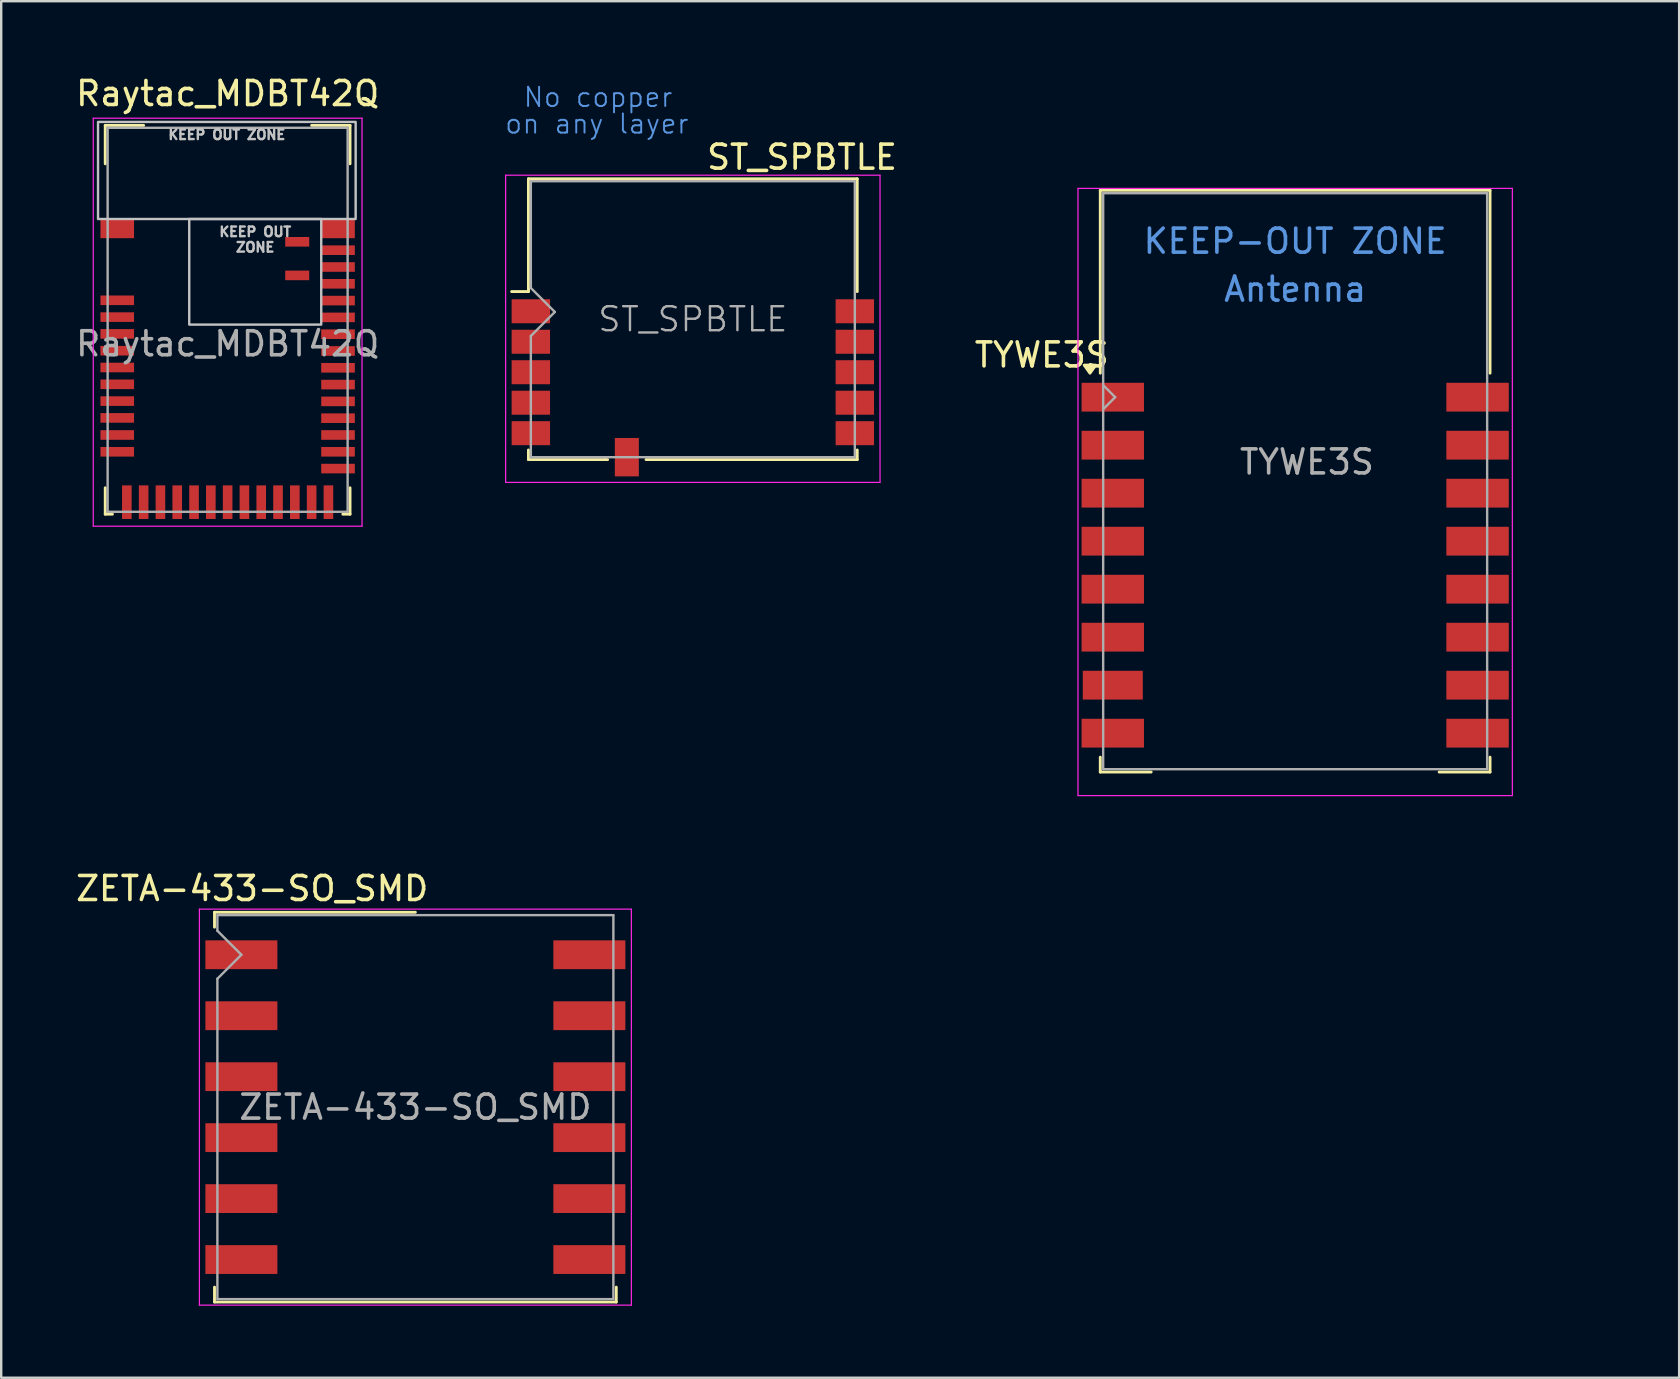
<source format=kicad_pcb>
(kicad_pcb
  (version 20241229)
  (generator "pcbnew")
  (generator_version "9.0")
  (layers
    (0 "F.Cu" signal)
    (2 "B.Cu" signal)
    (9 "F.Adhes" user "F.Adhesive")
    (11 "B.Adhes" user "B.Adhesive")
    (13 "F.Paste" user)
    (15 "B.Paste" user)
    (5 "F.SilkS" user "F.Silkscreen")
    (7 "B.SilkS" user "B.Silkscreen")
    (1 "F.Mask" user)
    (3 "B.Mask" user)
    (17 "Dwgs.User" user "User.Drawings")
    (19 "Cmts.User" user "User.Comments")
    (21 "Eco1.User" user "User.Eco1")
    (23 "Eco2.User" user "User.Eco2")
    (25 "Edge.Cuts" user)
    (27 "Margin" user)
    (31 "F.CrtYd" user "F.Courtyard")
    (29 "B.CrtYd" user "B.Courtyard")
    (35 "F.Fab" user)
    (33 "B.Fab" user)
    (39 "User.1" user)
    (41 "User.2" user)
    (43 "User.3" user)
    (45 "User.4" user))
  (footprint "ST_SPBTLE"
    (layer "F.Cu")
    (at 25.819 13.11)
    (property "Reference" "ST_SPBTLE" (at 4.55 -9.61 0) (layer "F.SilkS") (effects (font (size 1 1) (thickness 0.15))))
    (attr smd)
    (fp_line (start -6.85 -8.71) (end 6.85 -8.71) (stroke (width 0.12) (type solid)) (layer "F.SilkS"))
    (fp_line (start -6.85 -4.11) (end -6.85 -8.71) (stroke (width 0.12) (type solid)) (layer "F.SilkS"))
    (fp_line (start -6.85 -4.11) (end -6.85 -4.01) (stroke (width 0.12) (type solid)) (layer "F.SilkS"))
    (fp_line (start -6.85 -4.01) (end -7.55 -4.01) (stroke (width 0.12) (type solid)) (layer "F.SilkS"))
    (fp_line (start -6.85 2.59) (end -6.85 2.99) (stroke (width 0.12) (type solid)) (layer "F.SilkS"))
    (fp_line (start -6.85 2.99) (end -3.65 2.99) (stroke (width 0.12) (type solid)) (layer "F.SilkS"))
    (fp_line (start -3.65 2.99) (end -3.55 2.99) (stroke (width 0.12) (type solid)) (layer "F.SilkS"))
    (fp_line (start -1.95 2.99) (end 6.85 2.99) (stroke (width 0.12) (type solid)) (layer "F.SilkS"))
    (fp_line (start 6.85 -8.71) (end 6.85 -4.01) (stroke (width 0.12) (type solid)) (layer "F.SilkS"))
    (fp_line (start 6.85 2.99) (end 6.85 2.59) (stroke (width 0.12) (type solid)) (layer "F.SilkS"))
    (fp_line (start -7.8 3.94) (end -7.8 -8.86) (stroke (width 0.05) (type solid)) (layer "F.CrtYd"))
    (fp_line (start -7.8 3.94) (end 7.8 3.94) (stroke (width 0.05) (type solid)) (layer "F.CrtYd"))
    (fp_line (start 7.8 -8.86) (end -7.8 -8.86) (stroke (width 0.05) (type solid)) (layer "F.CrtYd"))
    (fp_line (start 7.8 -8.86) (end 7.8 3.94) (stroke (width 0.05) (type solid)) (layer "F.CrtYd"))
    (fp_line (start -6.75 -8.61) (end -6.75 -4.16) (stroke (width 0.1) (type solid)) (layer "F.Fab"))
    (fp_line (start -6.75 -2.16) (end -6.75 2.89) (stroke (width 0.1) (type solid)) (layer "F.Fab"))
    (fp_line (start -6.75 -2.16) (end -5.75 -3.16) (stroke (width 0.1) (type solid)) (layer "F.Fab"))
    (fp_line (start -6.75 2.89) (end 6.75 2.89) (stroke (width 0.1) (type solid)) (layer "F.Fab"))
    (fp_line (start -5.75 -3.16) (end -6.75 -4.16) (stroke (width 0.1) (type solid)) (layer "F.Fab"))
    (fp_line (start 6.75 -8.61) (end -6.75 -8.61) (stroke (width 0.1) (type solid)) (layer "F.Fab"))
    (fp_line (start 6.75 2.89) (end 6.75 -8.61) (stroke (width 0.1) (type solid)) (layer "F.Fab"))
    (fp_text user "No copper" (at -3.95 -12.11 0) (layer "Cmts.User") (effects (font (size 0.8 0.8) (thickness 0.08))))
    (fp_text user "on any layer" (at -4 -11 0) (layer "Cmts.User") (effects (font (size 0.8 0.8) (thickness 0.08))))
    (fp_text user "${REFERENCE}" (at 0 -2.86 0) (layer "F.Fab") (effects (font (size 1 1) (thickness 0.1))))
    (pad "1" smd rect (at -6.75 -3.19) (size 1.6 1) (layers "F.Cu" "F.Mask" "F.Paste"))
    (pad "2" smd rect (at -6.75 -1.92) (size 1.6 1) (layers "F.Cu" "F.Mask" "F.Paste"))
    (pad "3" smd rect (at -6.75 -0.65) (size 1.6 1) (layers "F.Cu" "F.Mask" "F.Paste"))
    (pad "4" smd rect (at -6.75 0.62) (size 1.6 1) (layers "F.Cu" "F.Mask" "F.Paste"))
    (pad "5" smd rect (at -6.75 1.89) (size 1.6 1) (layers "F.Cu" "F.Mask" "F.Paste"))
    (pad "6" smd rect (at -2.75 2.89 90) (size 1.6 1) (layers "F.Cu" "F.Mask" "F.Paste"))
    (pad "7" smd rect (at 6.75 1.89) (size 1.6 1) (layers "F.Cu" "F.Mask" "F.Paste"))
    (pad "8" smd rect (at 6.75 0.62) (size 1.6 1) (layers "F.Cu" "F.Mask" "F.Paste"))
    (pad "9" smd rect (at 6.75 -0.65) (size 1.6 1) (layers "F.Cu" "F.Mask" "F.Paste"))
    (pad "10" smd rect (at 6.75 -1.92) (size 1.6 1) (layers "F.Cu" "F.Mask" "F.Paste"))
    (pad "11" smd rect (at 6.75 -3.19) (size 1.6 1) (layers "F.Cu" "F.Mask" "F.Paste"))
    (zone (net_name "") (layers "F.Cu" "B.Cu") (hatch full 0.508) (connect_pads) (min_thickness 0.254) (filled_areas_thickness no) (keepout (tracks not_allowed) (vias not_allowed) (pads not_allowed) (copperpour not_allowed) (footprints not_allowed)) (placement (enabled no)) (fill) (polygon (pts (xy 27.869 12) (xy 19.869 12.01) (xy 19.869 9.41) (xy 18.269 9.41) (xy 15.869 9.41) (xy 15.869 0) (xy 27.869 0)))))
  (footprint "ZETA-433-SO_SMD"
    (layer "F.Cu")
    (at 14.258 43.083)
    (property "Reference" "ZETA-433-SO_SMD" (at -6.8 -9.11 0) (layer "F.SilkS") (effects (font (size 1 1) (thickness 0.15))))
    (attr smd)
    (fp_line (start -8.37 -8.12) (end -8.37 -7.5) (stroke (width 0.12) (type solid)) (layer "F.SilkS"))
    (fp_line (start -8.37 -8.12) (end 0 -8.12) (stroke (width 0.12) (type solid)) (layer "F.SilkS"))
    (fp_line (start -8.37 8.12) (end -8.37 7.5) (stroke (width 0.12) (type solid)) (layer "F.SilkS"))
    (fp_line (start 8.37 8.12) (end -8.37 8.12) (stroke (width 0.12) (type solid)) (layer "F.SilkS"))
    (fp_line (start 8.37 8.12) (end 8.37 7.5) (stroke (width 0.12) (type solid)) (layer "F.SilkS"))
    (fp_line (start -9 -8.25) (end 9 -8.25) (stroke (width 0.05) (type solid)) (layer "F.CrtYd"))
    (fp_line (start -9 8.25) (end -9 -8.25) (stroke (width 0.05) (type solid)) (layer "F.CrtYd"))
    (fp_line (start 9 -8.25) (end 9 8.25) (stroke (width 0.05) (type solid)) (layer "F.CrtYd"))
    (fp_line (start 9 8.25) (end -9 8.25) (stroke (width 0.05) (type solid)) (layer "F.CrtYd"))
    (fp_line (start -8.25 -8) (end 8.25 -8) (stroke (width 0.1) (type solid)) (layer "F.Fab"))
    (fp_line (start -8.25 -7.35) (end -8.25 -8) (stroke (width 0.1) (type solid)) (layer "F.Fab"))
    (fp_line (start -8.25 8) (end -8.25 -5.35) (stroke (width 0.1) (type solid)) (layer "F.Fab"))
    (fp_line (start -7.25 -6.35) (end -8.25 -7.35) (stroke (width 0.1) (type solid)) (layer "F.Fab"))
    (fp_line (start -7.25 -6.35) (end -8.25 -5.35) (stroke (width 0.1) (type solid)) (layer "F.Fab"))
    (fp_line (start 8.25 -8) (end 8.25 8) (stroke (width 0.1) (type solid)) (layer "F.Fab"))
    (fp_line (start 8.25 8) (end -8.25 8) (stroke (width 0.1) (type solid)) (layer "F.Fab"))
    (fp_text user "${REFERENCE}" (at 0 0 0) (layer "F.Fab") (effects (font (size 1 1) (thickness 0.15))))
    (pad "1" smd rect (at -7.25 -6.35) (size 3 1.2) (layers "F.Cu" "F.Mask" "F.Paste"))
    (pad "2" smd rect (at -7.25 -3.81) (size 3 1.2) (layers "F.Cu" "F.Mask" "F.Paste"))
    (pad "3" smd rect (at -7.25 -1.27) (size 3 1.2) (layers "F.Cu" "F.Mask" "F.Paste"))
    (pad "4" smd rect (at -7.25 1.27) (size 3 1.2) (layers "F.Cu" "F.Mask" "F.Paste"))
    (pad "5" smd rect (at -7.25 3.81) (size 3 1.2) (layers "F.Cu" "F.Mask" "F.Paste"))
    (pad "6" smd rect (at -7.25 6.35) (size 3 1.2) (layers "F.Cu" "F.Mask" "F.Paste"))
    (pad "7" smd rect (at 7.25 6.35) (size 3 1.2) (layers "F.Cu" "F.Mask" "F.Paste"))
    (pad "8" smd rect (at 7.25 3.81) (size 3 1.2) (layers "F.Cu" "F.Mask" "F.Paste"))
    (pad "9" smd rect (at 7.25 1.27) (size 3 1.2) (layers "F.Cu" "F.Mask" "F.Paste"))
    (pad "10" smd rect (at 7.25 -1.27) (size 3 1.2) (layers "F.Cu" "F.Mask" "F.Paste"))
    (pad "11" smd rect (at 7.25 -3.81) (size 3 1.2) (layers "F.Cu" "F.Mask" "F.Paste"))
    (pad "12" smd rect (at 7.25 -6.35) (size 3 1.2) (layers "F.Cu" "F.Mask" "F.Paste")))
  (footprint "Raytac_MDBT42Q"
    (layer "F.Cu")
    (at 6.435 11.275)
    (property "Reference" "Raytac_MDBT42Q" (at 0 -10.427 0) (layer "F.SilkS") (effects (font (size 1 1) (thickness 0.15))))
    (attr smd)
    (fp_line (start -5.1 -9.1) (end -5.1 -7.5) (stroke (width 0.12) (type solid)) (layer "F.SilkS"))
    (fp_line (start -5.1 -9.1) (end -3.5 -9.1) (stroke (width 0.12) (type solid)) (layer "F.SilkS"))
    (fp_line (start -5.1 7.1) (end -5.1 6) (stroke (width 0.12) (type solid)) (layer "F.SilkS"))
    (fp_line (start -4.8 7.1) (end -5.1 7.1) (stroke (width 0.12) (type solid)) (layer "F.SilkS"))
    (fp_line (start 3.5 -9.1) (end 5.1 -9.1) (stroke (width 0.12) (type solid)) (layer "F.SilkS"))
    (fp_line (start 4.8 7.1) (end 5.1 7.1) (stroke (width 0.12) (type solid)) (layer "F.SilkS"))
    (fp_line (start 5.1 -9.1) (end 5.1 -7.5) (stroke (width 0.12) (type solid)) (layer "F.SilkS"))
    (fp_line (start 5.1 7.1) (end 5.1 6) (stroke (width 0.12) (type solid)) (layer "F.SilkS"))
    (fp_line (start -5.6 7.6) (end -5.6 -9.4) (stroke (width 0.05) (type solid)) (layer "F.CrtYd"))
    (fp_line (start 5.6 -9.4) (end -5.6 -9.4) (stroke (width 0.05) (type solid)) (layer "F.CrtYd"))
    (fp_line (start 5.6 -9.4) (end 5.6 7.6) (stroke (width 0.05) (type solid)) (layer "F.CrtYd"))
    (fp_line (start 5.6 7.6) (end -5.6 7.6) (stroke (width 0.05) (type solid)) (layer "F.CrtYd"))
    (fp_line (start -5 -9) (end -5 7) (stroke (width 0.1) (type solid)) (layer "F.Fab"))
    (fp_line (start -5 -9) (end 5 -9) (stroke (width 0.1) (type solid)) (layer "F.Fab"))
    (fp_line (start -5 7) (end 5 7) (stroke (width 0.1) (type solid)) (layer "F.Fab"))
    (fp_line (start 5 -9) (end 5 7) (stroke (width 0.1) (type solid)) (layer "F.Fab"))
    (fp_text user "${REFERENCE}" (at 0 0 0) (layer "F.Fab") (effects (font (size 1 1) (thickness 0.15))))
    (fp_text_box "KEEP OUT ZONE" (start -5.4 -9.244) (end 5.334 -5.2) (margins 0.35 0.35 0.35 0.35) (layer "Dwgs.User") (effects (font (size 0.4 0.4) (thickness 0.1)) (justify top)) (border yes) (stroke (width 0.1) (type solid)))
    (fp_text_box "KEEP OUT ZONE" (start -1.6 -5.2) (end 3.9 -0.8) (margins 0.35 0.35 0.35 0.35) (layer "Dwgs.User") (effects (font (size 0.4 0.4) (thickness 0.1)) (justify top)) (border yes) (stroke (width 0.1) (type solid)))
    (pad "1" smd rect (at -4.6 -4.8) (size 1.4 0.8) (layers "F.Cu" "F.Mask" "F.Paste"))
    (pad "2" smd rect (at -4.6 -1.812) (size 1.4 0.4) (layers "F.Cu" "F.Mask" "F.Paste"))
    (pad "3" smd rect (at -4.6 -1.112) (size 1.4 0.4) (layers "F.Cu" "F.Mask" "F.Paste"))
    (pad "4" smd rect (at -4.6 -0.412) (size 1.4 0.4) (layers "F.Cu" "F.Mask" "F.Paste"))
    (pad "5" smd rect (at -4.6 0.288) (size 1.4 0.4) (layers "F.Cu" "F.Mask" "F.Paste"))
    (pad "6" smd rect (at -4.6 0.988) (size 1.4 0.4) (layers "F.Cu" "F.Mask" "F.Paste"))
    (pad "7" smd rect (at -4.6 1.688) (size 1.4 0.4) (layers "F.Cu" "F.Mask" "F.Paste"))
    (pad "8" smd rect (at -4.6 2.388) (size 1.4 0.4) (layers "F.Cu" "F.Mask" "F.Paste"))
    (pad "9" smd rect (at -4.6 3.088) (size 1.4 0.4) (layers "F.Cu" "F.Mask" "F.Paste"))
    (pad "10" smd rect (at -4.6 3.8) (size 1.4 0.4) (layers "F.Cu" "F.Mask" "F.Paste"))
    (pad "11" smd rect (at -4.6 4.5) (size 1.4 0.4) (layers "F.Cu" "F.Mask" "F.Paste"))
    (pad "12" smd rect (at -4.2 6.6 90) (size 1.4 0.4) (layers "F.Cu" "F.Mask" "F.Paste"))
    (pad "13" smd rect (at -3.5 6.6 90) (size 1.4 0.4) (layers "F.Cu" "F.Mask" "F.Paste"))
    (pad "14" smd rect (at -2.8 6.6 90) (size 1.4 0.4) (layers "F.Cu" "F.Mask" "F.Paste"))
    (pad "15" smd rect (at -2.1 6.6 90) (size 1.4 0.4) (layers "F.Cu" "F.Mask" "F.Paste"))
    (pad "16" smd rect (at -1.4 6.6 90) (size 1.4 0.4) (layers "F.Cu" "F.Mask" "F.Paste"))
    (pad "17" smd rect (at -0.7 6.6 90) (size 1.4 0.4) (layers "F.Cu" "F.Mask" "F.Paste"))
    (pad "18" smd rect (at 0 6.6 90) (size 1.4 0.4) (layers "F.Cu" "F.Mask" "F.Paste"))
    (pad "19" smd rect (at 0.7 6.6 90) (size 1.4 0.4) (layers "F.Cu" "F.Mask" "F.Paste"))
    (pad "20" smd rect (at 1.4 6.6 90) (size 1.4 0.4) (layers "F.Cu" "F.Mask" "F.Paste"))
    (pad "21" smd rect (at 2.1 6.6 90) (size 1.4 0.4) (layers "F.Cu" "F.Mask" "F.Paste"))
    (pad "22" smd rect (at 2.8 6.6 90) (size 1.4 0.4) (layers "F.Cu" "F.Mask" "F.Paste"))
    (pad "23" smd rect (at 3.5 6.6 90) (size 1.4 0.4) (layers "F.Cu" "F.Mask" "F.Paste"))
    (pad "24" smd rect (at 4.2 6.6 90) (size 1.4 0.4) (layers "F.Cu" "F.Mask" "F.Paste"))
    (pad "25" smd rect (at 4.6 5.2) (size 1.4 0.4) (layers "F.Cu" "F.Mask" "F.Paste"))
    (pad "26" smd rect (at 4.6 4.5) (size 1.4 0.4) (layers "F.Cu" "F.Mask" "F.Paste"))
    (pad "27" smd rect (at 4.6 3.8) (size 1.4 0.4) (layers "F.Cu" "F.Mask" "F.Paste"))
    (pad "28" smd rect (at 4.6 3.1) (size 1.4 0.4) (layers "F.Cu" "F.Mask" "F.Paste"))
    (pad "29" smd rect (at 4.6 2.4) (size 1.4 0.4) (layers "F.Cu" "F.Mask" "F.Paste"))
    (pad "30" smd rect (at 4.6 1.7) (size 1.4 0.4) (layers "F.Cu" "F.Mask" "F.Paste"))
    (pad "31" smd rect (at 4.6 1) (size 1.4 0.4) (layers "F.Cu" "F.Mask" "F.Paste"))
    (pad "32" smd rect (at 4.6 0.3) (size 1.4 0.4) (layers "F.Cu" "F.Mask" "F.Paste"))
    (pad "33" smd rect (at 4.6 -0.4) (size 1.4 0.4) (layers "F.Cu" "F.Mask" "F.Paste"))
    (pad "34" smd rect (at 4.6 -1.1) (size 1.4 0.4) (layers "F.Cu" "F.Mask" "F.Paste"))
    (pad "35" smd rect (at 4.6 -1.8) (size 1.4 0.4) (layers "F.Cu" "F.Mask" "F.Paste"))
    (pad "36" smd rect (at 4.6 -2.5) (size 1.4 0.4) (layers "F.Cu" "F.Mask" "F.Paste"))
    (pad "37" smd rect (at 4.6 -3.2) (size 1.4 0.4) (layers "F.Cu" "F.Mask" "F.Paste"))
    (pad "38" smd rect (at 4.6 -3.9) (size 1.4 0.4) (layers "F.Cu" "F.Mask" "F.Paste"))
    (pad "39" smd rect (at 4.6 -4.8) (size 1.4 0.8) (layers "F.Cu" "F.Mask" "F.Paste"))
    (pad "40" smd rect (at 2.9 -4.25) (size 1 0.4) (layers "F.Cu" "F.Mask" "F.Paste"))
    (pad "41" smd rect (at 2.9 -2.85) (size 1 0.4) (layers "F.Cu" "F.Mask" "F.Paste"))
    (zone (net_name "") (layers "F.Cu" "B.Cu" "Dwgs.User") (hatch full 0.5) (connect_pads) (min_thickness 0.25) (filled_areas_thickness no) (keepout (tracks not_allowed) (vias not_allowed) (pads not_allowed) (copperpour not_allowed) (footprints not_allowed)) (placement (enabled no)) (fill) (polygon (pts (xy 1.035 2.031) (xy 1.035 6.075) (xy 11.769 6.075) (xy 11.769 2.031))))
    (zone (net_name "") (layers "F.Cu" "B.Cu" "Dwgs.User") (hatch full 0.5) (connect_pads) (min_thickness 0.25) (filled_areas_thickness no) (keepout (tracks not_allowed) (vias not_allowed) (pads not_allowed) (copperpour not_allowed) (footprints not_allowed)) (placement (enabled no)) (fill) (polygon (pts (xy 4.835 6.075) (xy 4.835 10.475) (xy 10.335 10.475) (xy 10.335 6.075)))))
  (footprint "TYWE3S"
    (layer "F.Cu")
    (at 50.917 17)
    (property "Reference" "TYWE3S" (at -10.56 -5.26 0) (layer "F.SilkS") (effects (font (size 1 1) (thickness 0.15))))
    (attr smd)
    (fp_line (start -8.12 -12.12) (end 8.12 -12.12) (stroke (width 0.12) (type solid)) (layer "F.SilkS"))
    (fp_line (start -8.12 -4.5) (end -8.12 -12.12) (stroke (width 0.12) (type solid)) (layer "F.SilkS"))
    (fp_line (start -8.12 12.12) (end -8.12 11.5) (stroke (width 0.12) (type solid)) (layer "F.SilkS"))
    (fp_line (start -6 12.12) (end -8.12 12.12) (stroke (width 0.12) (type solid)) (layer "F.SilkS"))
    (fp_line (start 8.12 -12.12) (end 8.12 -4.5) (stroke (width 0.12) (type solid)) (layer "F.SilkS"))
    (fp_line (start 8.12 11.5) (end 8.12 12.12) (stroke (width 0.12) (type solid)) (layer "F.SilkS"))
    (fp_line (start 8.12 12.12) (end 6 12.12) (stroke (width 0.12) (type solid)) (layer "F.SilkS"))
    (fp_poly (pts (xy -8.55 -4.5) (xy -8.79 -4.836) (xy -8.31 -4.836) (xy -8.55 -4.5)) (stroke (width 0.12) (type solid)) (fill yes) (layer "F.SilkS"))
    (fp_line (start -9.05 -12.2) (end 9.05 -12.2) (stroke (width 0.05) (type solid)) (layer "F.CrtYd"))
    (fp_line (start -9.05 13.1) (end -9.05 -12.2) (stroke (width 0.05) (type solid)) (layer "F.CrtYd"))
    (fp_line (start 9.05 -12.2) (end 9.05 13.1) (stroke (width 0.05) (type solid)) (layer "F.CrtYd"))
    (fp_line (start 9.05 13.1) (end -9.05 13.1) (stroke (width 0.05) (type solid)) (layer "F.CrtYd"))
    (fp_line (start -8 -12) (end 8 -12) (stroke (width 0.1) (type solid)) (layer "F.Fab"))
    (fp_line (start -8 -3) (end -7.5 -3.5) (stroke (width 0.1) (type solid)) (layer "F.Fab"))
    (fp_line (start -8 12) (end -8 -12) (stroke (width 0.1) (type solid)) (layer "F.Fab"))
    (fp_line (start -7.5 -3.5) (end -8 -4) (stroke (width 0.1) (type solid)) (layer "F.Fab"))
    (fp_line (start 8 -12) (end 8 12) (stroke (width 0.1) (type solid)) (layer "F.Fab"))
    (fp_line (start 8 12) (end -8 12) (stroke (width 0.1) (type solid)) (layer "F.Fab"))
    (fp_text user "KEEP-OUT ZONE" (at 0 -10 180) (layer "Cmts.User") (effects (font (size 1 1) (thickness 0.15))))
    (fp_text user "Antenna" (at 0 -8 180) (layer "Cmts.User") (effects (font (size 1 1) (thickness 0.15))))
    (fp_text user "${REFERENCE}" (at 0.49 -0.8 0) (layer "F.Fab") (effects (font (size 1 1) (thickness 0.15))))
    (pad "1" smd rect (at -7.6 -3.5) (size 2.6 1.2) (layers "F.Cu" "F.Mask" "F.Paste"))
    (pad "2" smd rect (at -7.6 -1.5) (size 2.6 1.2) (layers "F.Cu" "F.Mask" "F.Paste"))
    (pad "3" smd rect (at -7.6 0.5) (size 2.6 1.2) (layers "F.Cu" "F.Mask" "F.Paste"))
    (pad "4" smd rect (at -7.6 2.5) (size 2.6 1.2) (layers "F.Cu" "F.Mask" "F.Paste"))
    (pad "5" smd rect (at -7.6 4.5) (size 2.6 1.2) (layers "F.Cu" "F.Mask" "F.Paste"))
    (pad "6" smd rect (at -7.6 6.5) (size 2.6 1.2) (layers "F.Cu" "F.Mask" "F.Paste"))
    (pad "7" smd rect (at -7.6 8.5) (size 2.5 1.2) (layers "F.Cu" "F.Mask" "F.Paste"))
    (pad "8" smd rect (at -7.6 10.5) (size 2.6 1.2) (layers "F.Cu" "F.Mask" "F.Paste"))
    (pad "9" smd rect (at 7.6 10.5) (size 2.6 1.2) (layers "F.Cu" "F.Mask" "F.Paste"))
    (pad "10" smd rect (at 7.6 8.5) (size 2.6 1.2) (layers "F.Cu" "F.Mask" "F.Paste"))
    (pad "11" smd rect (at 7.6 6.5) (size 2.6 1.2) (layers "F.Cu" "F.Mask" "F.Paste"))
    (pad "12" smd rect (at 7.6 4.5) (size 2.6 1.2) (layers "F.Cu" "F.Mask" "F.Paste"))
    (pad "13" smd rect (at 7.6 2.5) (size 2.6 1.2) (layers "F.Cu" "F.Mask" "F.Paste"))
    (pad "14" smd rect (at 7.6 0.5) (size 2.6 1.2) (layers "F.Cu" "F.Mask" "F.Paste"))
    (pad "15" smd rect (at 7.6 -1.5) (size 2.6 1.2) (layers "F.Cu" "F.Mask" "F.Paste"))
    (pad "16" smd rect (at 7.6 -3.5) (size 2.6 1.2) (layers "F.Cu" "F.Mask" "F.Paste"))
    (zone (net_name "") (layers "F.Cu" "B.Cu") (hatch full 0.508) (connect_pads) (min_thickness 0.254) (filled_areas_thickness no) (keepout (tracks not_allowed) (vias not_allowed) (pads not_allowed) (copperpour not_allowed) (footprints not_allowed)) (placement (enabled no)) (fill) (polygon (pts (xy 37.917 11) (xy 63.917 11) (xy 63.917 0) (xy 37.917 0)))))
  (gr_rect
    (start -3 -3)
    (end 66.917 54.358)
    (stroke (width 0.1) (type default))
    (fill no)
    (layer "Edge.Cuts")))
</source>
